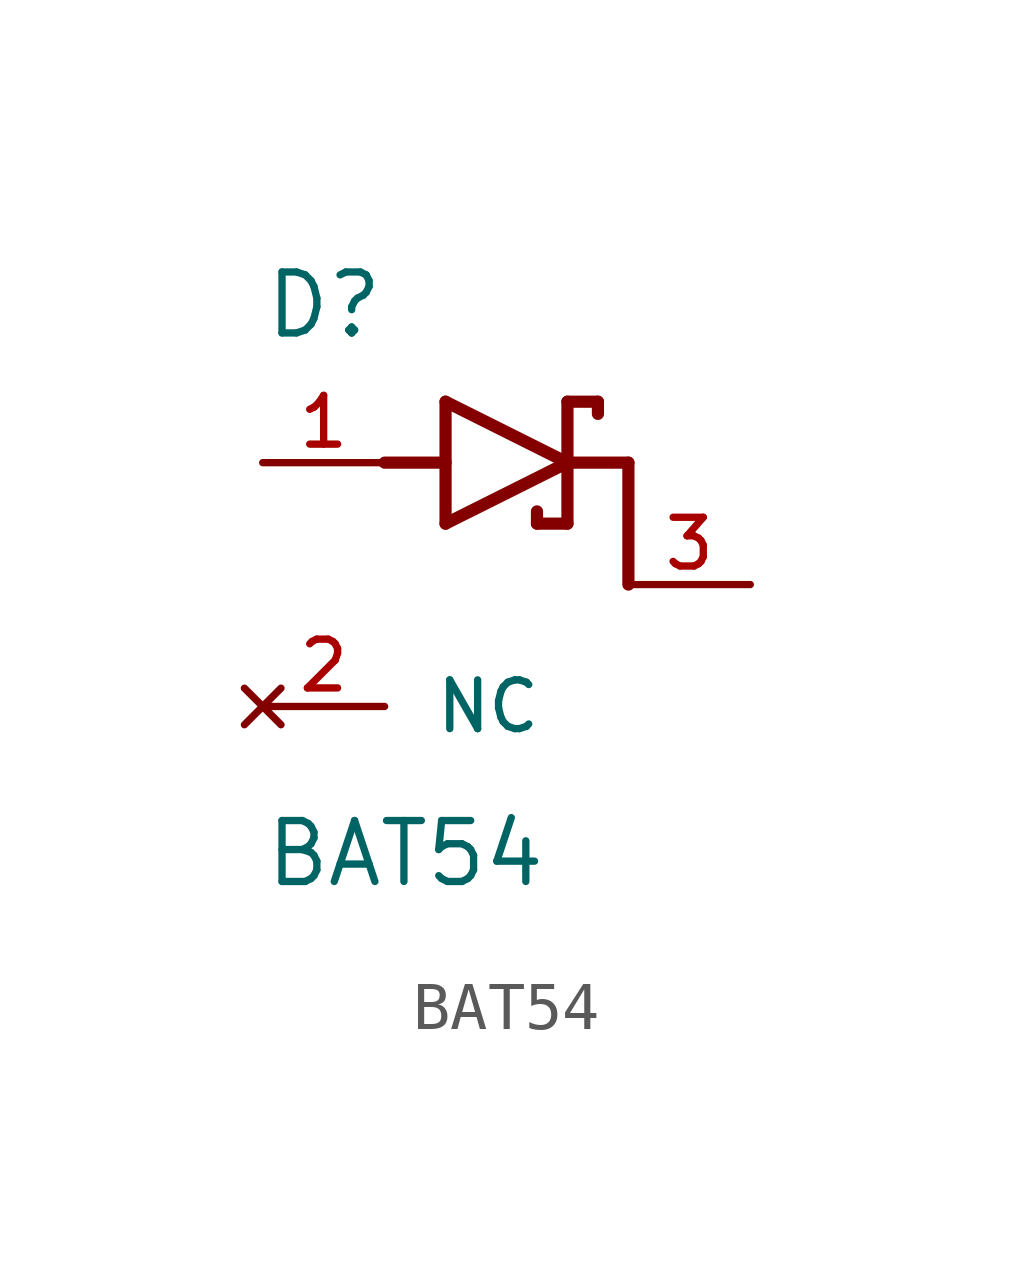
<source format=kicad_sym>
(kicad_symbol_lib
  (version 20211014)
  (generator kicad_symbol_editor)
  (symbol "BAT54"
    (pin_names
      (offset 1.016))
    (property "Reference" "D"
      (at -5.08 5.08 0)
      (effects (font (size 1.27 1.27)) (justify bottom left)))
    (property "Value" "BAT54"
      (at -5.08 -6.35 0)
      (effects (font (size 1.27 1.27)) (justify bottom left)))
    (symbol "BAT54_0_0"
      (polyline (pts (xy -1.27 1.27) (xy 1.27 2.54)) (stroke (width 0.254)))
      (polyline (pts (xy 1.27 2.54) (xy -1.27 3.81)) (stroke (width 0.254)))
      (polyline (pts (xy 1.905 3.81) (xy 1.27 3.81)) (stroke (width 0.254)))
      (polyline (pts (xy -1.27 3.81) (xy -1.27 1.27)) (stroke (width 0.254)))
      (polyline (pts (xy 1.27 3.81) (xy 1.27 1.27)) (stroke (width 0.254)))
      (polyline (pts (xy 1.905 3.81) (xy 1.905 3.556)) (stroke (width 0.254)))
      (polyline (pts (xy 1.27 1.27) (xy 0.635 1.27)) (stroke (width 0.254)))
      (polyline (pts (xy 0.635 1.524) (xy 0.635 1.27)) (stroke (width 0.254)))
      (polyline (pts (xy -2.54 2.54) (xy -1.27 2.54)) (stroke (width 0.254)))
      (polyline (pts (xy 1.27 2.54) (xy 2.54 2.54)) (stroke (width 0.254)))
      (polyline (pts (xy 2.54 2.54) (xy 2.54 0.0)) (stroke (width 0.254)))
      (pin passive line (at 5.08 0.0 180.0) (length 2.54) (name "~" (effects (font (size 1.016 1.016)))) (number "3" (effects (font (size 1.016 1.016)))))
      (pin passive line (at -5.08 2.54 0) (length 2.54) (name "~" (effects (font (size 1.016 1.016)))) (number "1" (effects (font (size 1.016 1.016)))))
      (pin no_connect line (at -5.08 -2.54 0) (length 2.54) (name "NC" (effects (font (size 1.016 1.016)))) (number "2" (effects (font (size 1.016 1.016))))))))
</source>
